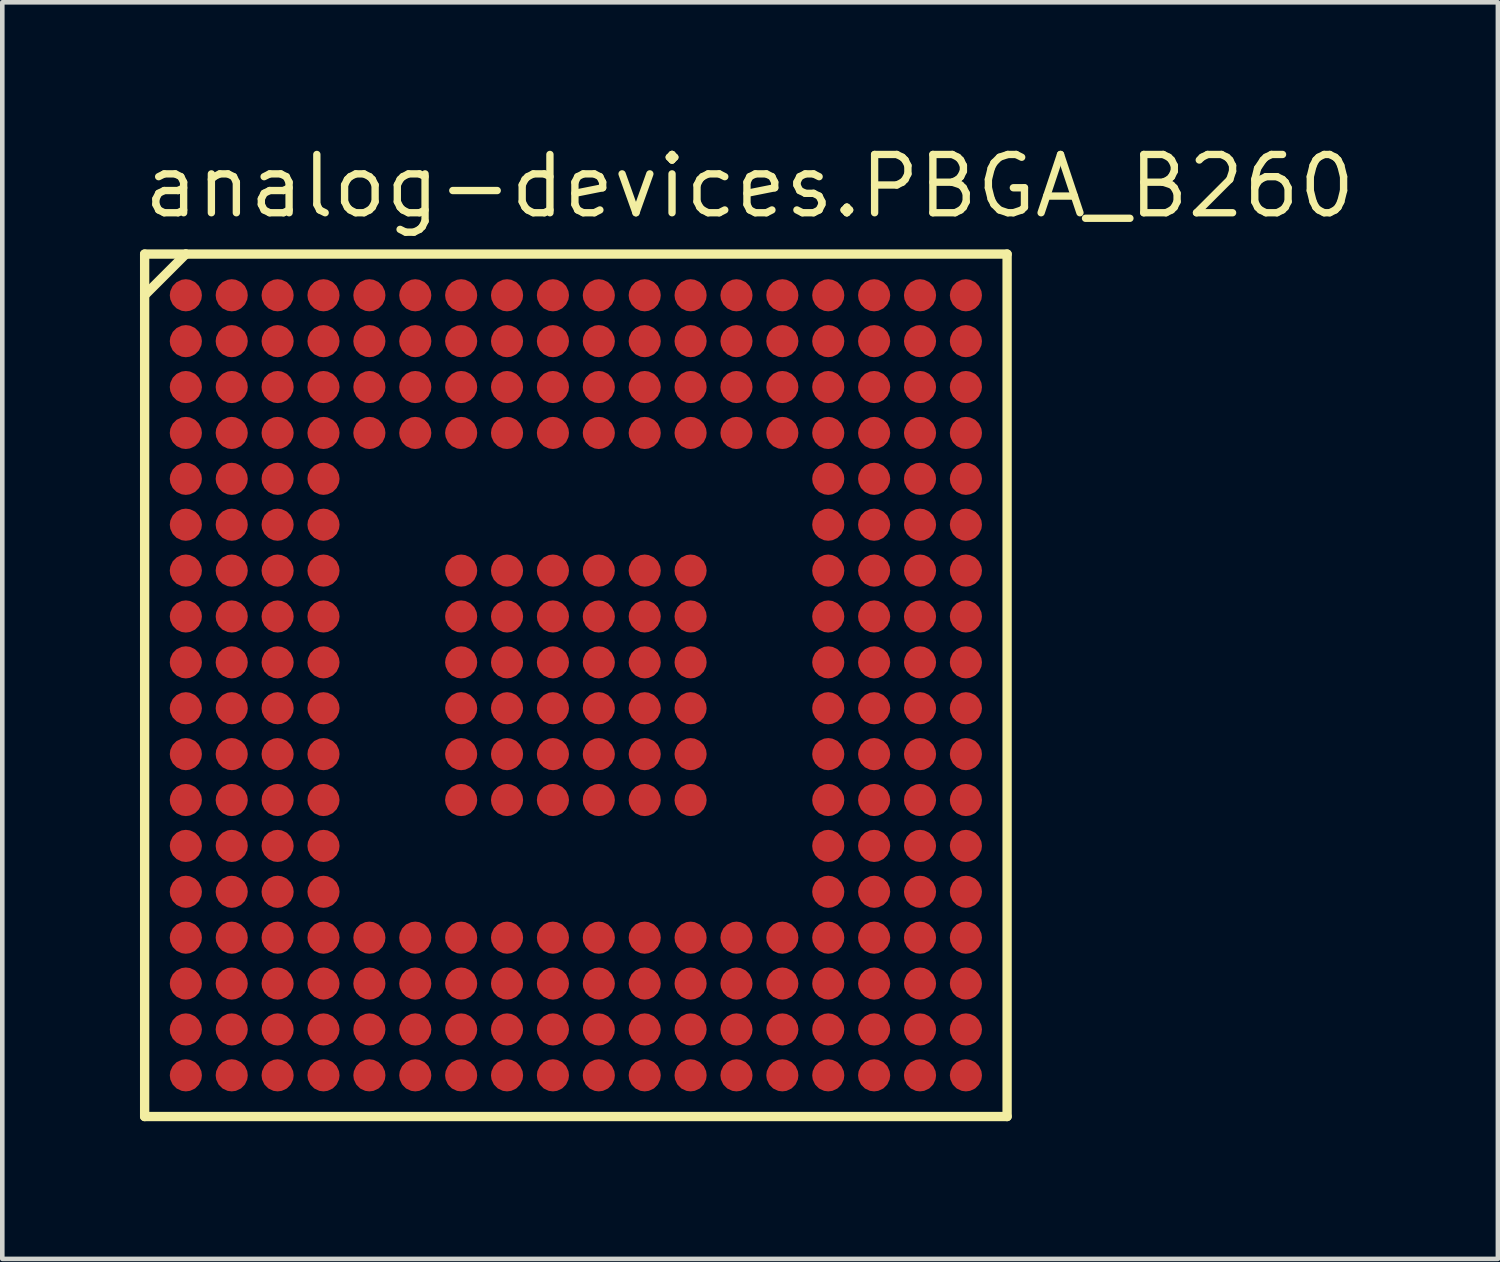
<source format=kicad_pcb>
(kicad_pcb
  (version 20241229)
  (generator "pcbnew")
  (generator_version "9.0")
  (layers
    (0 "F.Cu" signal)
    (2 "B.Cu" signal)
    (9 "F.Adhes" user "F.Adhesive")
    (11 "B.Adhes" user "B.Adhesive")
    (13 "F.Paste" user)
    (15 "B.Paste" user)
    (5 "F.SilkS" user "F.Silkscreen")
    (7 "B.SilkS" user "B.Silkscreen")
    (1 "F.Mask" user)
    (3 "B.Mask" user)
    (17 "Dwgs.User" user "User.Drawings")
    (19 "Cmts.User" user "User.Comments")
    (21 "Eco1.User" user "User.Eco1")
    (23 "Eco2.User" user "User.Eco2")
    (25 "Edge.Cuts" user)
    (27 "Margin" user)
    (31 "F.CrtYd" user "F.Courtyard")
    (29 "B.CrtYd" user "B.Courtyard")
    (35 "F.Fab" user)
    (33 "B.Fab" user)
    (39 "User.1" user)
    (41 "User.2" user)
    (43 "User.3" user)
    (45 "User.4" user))
  (footprint "analog-devices.PBGA_B260"
    (layer "F.Cu")
    (at 9.5 11.885)
    (property "Reference" "analog-devices.PBGA_B260" (at -9.5 -10.135 0) (layer "F.SilkS") (effects (font (size 1.27 1.27) (thickness 0.16)) (justify left bottom)))
    (attr smd)
    (fp_circle (center -8.5 -8.5) (end -8.2 -8.5) (stroke (width 0.1) (type default)) (fill no) (layer "F.Mask"))
    (fp_circle (center -8.5 -7.5) (end -8.2 -7.5) (stroke (width 0.1) (type default)) (fill no) (layer "F.Mask"))
    (fp_circle (center -8.5 -6.5) (end -8.2 -6.5) (stroke (width 0.1) (type default)) (fill no) (layer "F.Mask"))
    (fp_circle (center -8.5 -5.5) (end -8.2 -5.5) (stroke (width 0.1) (type default)) (fill no) (layer "F.Mask"))
    (fp_circle (center -8.5 -4.5) (end -8.2 -4.5) (stroke (width 0.1) (type default)) (fill no) (layer "F.Mask"))
    (fp_circle (center -8.5 -3.5) (end -8.2 -3.5) (stroke (width 0.1) (type default)) (fill no) (layer "F.Mask"))
    (fp_circle (center -8.5 -2.5) (end -8.2 -2.5) (stroke (width 0.1) (type default)) (fill no) (layer "F.Mask"))
    (fp_circle (center -8.5 -1.5) (end -8.2 -1.5) (stroke (width 0.1) (type default)) (fill no) (layer "F.Mask"))
    (fp_circle (center -8.5 -0.5) (end -8.2 -0.5) (stroke (width 0.1) (type default)) (fill no) (layer "F.Mask"))
    (fp_circle (center -8.5 0.5) (end -8.2 0.5) (stroke (width 0.1) (type default)) (fill no) (layer "F.Mask"))
    (fp_circle (center -8.5 1.5) (end -8.2 1.5) (stroke (width 0.1) (type default)) (fill no) (layer "F.Mask"))
    (fp_circle (center -8.5 2.5) (end -8.2 2.5) (stroke (width 0.1) (type default)) (fill no) (layer "F.Mask"))
    (fp_circle (center -8.5 3.5) (end -8.2 3.5) (stroke (width 0.1) (type default)) (fill no) (layer "F.Mask"))
    (fp_circle (center -8.5 4.5) (end -8.2 4.5) (stroke (width 0.1) (type default)) (fill no) (layer "F.Mask"))
    (fp_circle (center -8.5 5.5) (end -8.2 5.5) (stroke (width 0.1) (type default)) (fill no) (layer "F.Mask"))
    (fp_circle (center -8.5 6.5) (end -8.2 6.5) (stroke (width 0.1) (type default)) (fill no) (layer "F.Mask"))
    (fp_circle (center -8.5 7.5) (end -8.2 7.5) (stroke (width 0.1) (type default)) (fill no) (layer "F.Mask"))
    (fp_circle (center -8.5 8.5) (end -8.2 8.5) (stroke (width 0.1) (type default)) (fill no) (layer "F.Mask"))
    (fp_circle (center -7.5 -8.5) (end -7.2 -8.5) (stroke (width 0.1) (type default)) (fill no) (layer "F.Mask"))
    (fp_circle (center -7.5 -7.5) (end -7.2 -7.5) (stroke (width 0.1) (type default)) (fill no) (layer "F.Mask"))
    (fp_circle (center -7.5 -6.5) (end -7.2 -6.5) (stroke (width 0.1) (type default)) (fill no) (layer "F.Mask"))
    (fp_circle (center -7.5 -5.5) (end -7.2 -5.5) (stroke (width 0.1) (type default)) (fill no) (layer "F.Mask"))
    (fp_circle (center -7.5 -4.5) (end -7.2 -4.5) (stroke (width 0.1) (type default)) (fill no) (layer "F.Mask"))
    (fp_circle (center -7.5 -3.5) (end -7.2 -3.5) (stroke (width 0.1) (type default)) (fill no) (layer "F.Mask"))
    (fp_circle (center -7.5 -2.5) (end -7.2 -2.5) (stroke (width 0.1) (type default)) (fill no) (layer "F.Mask"))
    (fp_circle (center -7.5 -1.5) (end -7.2 -1.5) (stroke (width 0.1) (type default)) (fill no) (layer "F.Mask"))
    (fp_circle (center -7.5 -0.5) (end -7.2 -0.5) (stroke (width 0.1) (type default)) (fill no) (layer "F.Mask"))
    (fp_circle (center -7.5 0.5) (end -7.2 0.5) (stroke (width 0.1) (type default)) (fill no) (layer "F.Mask"))
    (fp_circle (center -7.5 1.5) (end -7.2 1.5) (stroke (width 0.1) (type default)) (fill no) (layer "F.Mask"))
    (fp_circle (center -7.5 2.5) (end -7.2 2.5) (stroke (width 0.1) (type default)) (fill no) (layer "F.Mask"))
    (fp_circle (center -7.5 3.5) (end -7.2 3.5) (stroke (width 0.1) (type default)) (fill no) (layer "F.Mask"))
    (fp_circle (center -7.5 4.5) (end -7.2 4.5) (stroke (width 0.1) (type default)) (fill no) (layer "F.Mask"))
    (fp_circle (center -7.5 5.5) (end -7.2 5.5) (stroke (width 0.1) (type default)) (fill no) (layer "F.Mask"))
    (fp_circle (center -7.5 6.5) (end -7.2 6.5) (stroke (width 0.1) (type default)) (fill no) (layer "F.Mask"))
    (fp_circle (center -7.5 7.5) (end -7.2 7.5) (stroke (width 0.1) (type default)) (fill no) (layer "F.Mask"))
    (fp_circle (center -7.5 8.5) (end -7.2 8.5) (stroke (width 0.1) (type default)) (fill no) (layer "F.Mask"))
    (fp_circle (center -6.5 -8.5) (end -6.2 -8.5) (stroke (width 0.1) (type default)) (fill no) (layer "F.Mask"))
    (fp_circle (center -6.5 -7.5) (end -6.2 -7.5) (stroke (width 0.1) (type default)) (fill no) (layer "F.Mask"))
    (fp_circle (center -6.5 -6.5) (end -6.2 -6.5) (stroke (width 0.1) (type default)) (fill no) (layer "F.Mask"))
    (fp_circle (center -6.5 -5.5) (end -6.2 -5.5) (stroke (width 0.1) (type default)) (fill no) (layer "F.Mask"))
    (fp_circle (center -6.5 -4.5) (end -6.2 -4.5) (stroke (width 0.1) (type default)) (fill no) (layer "F.Mask"))
    (fp_circle (center -6.5 -3.5) (end -6.2 -3.5) (stroke (width 0.1) (type default)) (fill no) (layer "F.Mask"))
    (fp_circle (center -6.5 -2.5) (end -6.2 -2.5) (stroke (width 0.1) (type default)) (fill no) (layer "F.Mask"))
    (fp_circle (center -6.5 -1.5) (end -6.2 -1.5) (stroke (width 0.1) (type default)) (fill no) (layer "F.Mask"))
    (fp_circle (center -6.5 -0.5) (end -6.2 -0.5) (stroke (width 0.1) (type default)) (fill no) (layer "F.Mask"))
    (fp_circle (center -6.5 0.5) (end -6.2 0.5) (stroke (width 0.1) (type default)) (fill no) (layer "F.Mask"))
    (fp_circle (center -6.5 1.5) (end -6.2 1.5) (stroke (width 0.1) (type default)) (fill no) (layer "F.Mask"))
    (fp_circle (center -6.5 2.5) (end -6.2 2.5) (stroke (width 0.1) (type default)) (fill no) (layer "F.Mask"))
    (fp_circle (center -6.5 3.5) (end -6.2 3.5) (stroke (width 0.1) (type default)) (fill no) (layer "F.Mask"))
    (fp_circle (center -6.5 4.5) (end -6.2 4.5) (stroke (width 0.1) (type default)) (fill no) (layer "F.Mask"))
    (fp_circle (center -6.5 5.5) (end -6.2 5.5) (stroke (width 0.1) (type default)) (fill no) (layer "F.Mask"))
    (fp_circle (center -6.5 6.5) (end -6.2 6.5) (stroke (width 0.1) (type default)) (fill no) (layer "F.Mask"))
    (fp_circle (center -6.5 7.5) (end -6.2 7.5) (stroke (width 0.1) (type default)) (fill no) (layer "F.Mask"))
    (fp_circle (center -6.5 8.5) (end -6.2 8.5) (stroke (width 0.1) (type default)) (fill no) (layer "F.Mask"))
    (fp_circle (center -5.5 -8.5) (end -5.2 -8.5) (stroke (width 0.1) (type default)) (fill no) (layer "F.Mask"))
    (fp_circle (center -5.5 -7.5) (end -5.2 -7.5) (stroke (width 0.1) (type default)) (fill no) (layer "F.Mask"))
    (fp_circle (center -5.5 -6.5) (end -5.2 -6.5) (stroke (width 0.1) (type default)) (fill no) (layer "F.Mask"))
    (fp_circle (center -5.5 -5.5) (end -5.2 -5.5) (stroke (width 0.1) (type default)) (fill no) (layer "F.Mask"))
    (fp_circle (center -5.5 -4.5) (end -5.2 -4.5) (stroke (width 0.1) (type default)) (fill no) (layer "F.Mask"))
    (fp_circle (center -5.5 -3.5) (end -5.2 -3.5) (stroke (width 0.1) (type default)) (fill no) (layer "F.Mask"))
    (fp_circle (center -5.5 -2.5) (end -5.2 -2.5) (stroke (width 0.1) (type default)) (fill no) (layer "F.Mask"))
    (fp_circle (center -5.5 -1.5) (end -5.2 -1.5) (stroke (width 0.1) (type default)) (fill no) (layer "F.Mask"))
    (fp_circle (center -5.5 -0.5) (end -5.2 -0.5) (stroke (width 0.1) (type default)) (fill no) (layer "F.Mask"))
    (fp_circle (center -5.5 0.5) (end -5.2 0.5) (stroke (width 0.1) (type default)) (fill no) (layer "F.Mask"))
    (fp_circle (center -5.5 1.5) (end -5.2 1.5) (stroke (width 0.1) (type default)) (fill no) (layer "F.Mask"))
    (fp_circle (center -5.5 2.5) (end -5.2 2.5) (stroke (width 0.1) (type default)) (fill no) (layer "F.Mask"))
    (fp_circle (center -5.5 3.5) (end -5.2 3.5) (stroke (width 0.1) (type default)) (fill no) (layer "F.Mask"))
    (fp_circle (center -5.5 4.5) (end -5.2 4.5) (stroke (width 0.1) (type default)) (fill no) (layer "F.Mask"))
    (fp_circle (center -5.5 5.5) (end -5.2 5.5) (stroke (width 0.1) (type default)) (fill no) (layer "F.Mask"))
    (fp_circle (center -5.5 6.5) (end -5.2 6.5) (stroke (width 0.1) (type default)) (fill no) (layer "F.Mask"))
    (fp_circle (center -5.5 7.5) (end -5.2 7.5) (stroke (width 0.1) (type default)) (fill no) (layer "F.Mask"))
    (fp_circle (center -5.5 8.5) (end -5.2 8.5) (stroke (width 0.1) (type default)) (fill no) (layer "F.Mask"))
    (fp_circle (center -4.5 -8.5) (end -4.2 -8.5) (stroke (width 0.1) (type default)) (fill no) (layer "F.Mask"))
    (fp_circle (center -4.5 -7.5) (end -4.2 -7.5) (stroke (width 0.1) (type default)) (fill no) (layer "F.Mask"))
    (fp_circle (center -4.5 -6.5) (end -4.2 -6.5) (stroke (width 0.1) (type default)) (fill no) (layer "F.Mask"))
    (fp_circle (center -4.5 -5.5) (end -4.2 -5.5) (stroke (width 0.1) (type default)) (fill no) (layer "F.Mask"))
    (fp_circle (center -4.5 5.5) (end -4.2 5.5) (stroke (width 0.1) (type default)) (fill no) (layer "F.Mask"))
    (fp_circle (center -4.5 6.5) (end -4.2 6.5) (stroke (width 0.1) (type default)) (fill no) (layer "F.Mask"))
    (fp_circle (center -4.5 7.5) (end -4.2 7.5) (stroke (width 0.1) (type default)) (fill no) (layer "F.Mask"))
    (fp_circle (center -4.5 8.5) (end -4.2 8.5) (stroke (width 0.1) (type default)) (fill no) (layer "F.Mask"))
    (fp_circle (center -3.5 -8.5) (end -3.2 -8.5) (stroke (width 0.1) (type default)) (fill no) (layer "F.Mask"))
    (fp_circle (center -3.5 -7.5) (end -3.2 -7.5) (stroke (width 0.1) (type default)) (fill no) (layer "F.Mask"))
    (fp_circle (center -3.5 -6.5) (end -3.2 -6.5) (stroke (width 0.1) (type default)) (fill no) (layer "F.Mask"))
    (fp_circle (center -3.5 -5.5) (end -3.2 -5.5) (stroke (width 0.1) (type default)) (fill no) (layer "F.Mask"))
    (fp_circle (center -3.5 5.5) (end -3.2 5.5) (stroke (width 0.1) (type default)) (fill no) (layer "F.Mask"))
    (fp_circle (center -3.5 6.5) (end -3.2 6.5) (stroke (width 0.1) (type default)) (fill no) (layer "F.Mask"))
    (fp_circle (center -3.5 7.5) (end -3.2 7.5) (stroke (width 0.1) (type default)) (fill no) (layer "F.Mask"))
    (fp_circle (center -3.5 8.5) (end -3.2 8.5) (stroke (width 0.1) (type default)) (fill no) (layer "F.Mask"))
    (fp_circle (center -2.5 -8.5) (end -2.2 -8.5) (stroke (width 0.1) (type default)) (fill no) (layer "F.Mask"))
    (fp_circle (center -2.5 -7.5) (end -2.2 -7.5) (stroke (width 0.1) (type default)) (fill no) (layer "F.Mask"))
    (fp_circle (center -2.5 -6.5) (end -2.2 -6.5) (stroke (width 0.1) (type default)) (fill no) (layer "F.Mask"))
    (fp_circle (center -2.5 -5.5) (end -2.2 -5.5) (stroke (width 0.1) (type default)) (fill no) (layer "F.Mask"))
    (fp_circle (center -2.5 -2.5) (end -2.2 -2.5) (stroke (width 0.1) (type default)) (fill no) (layer "F.Mask"))
    (fp_circle (center -2.5 -1.5) (end -2.2 -1.5) (stroke (width 0.1) (type default)) (fill no) (layer "F.Mask"))
    (fp_circle (center -2.5 -0.5) (end -2.2 -0.5) (stroke (width 0.1) (type default)) (fill no) (layer "F.Mask"))
    (fp_circle (center -2.5 0.5) (end -2.2 0.5) (stroke (width 0.1) (type default)) (fill no) (layer "F.Mask"))
    (fp_circle (center -2.5 1.5) (end -2.2 1.5) (stroke (width 0.1) (type default)) (fill no) (layer "F.Mask"))
    (fp_circle (center -2.5 2.5) (end -2.2 2.5) (stroke (width 0.1) (type default)) (fill no) (layer "F.Mask"))
    (fp_circle (center -2.5 5.5) (end -2.2 5.5) (stroke (width 0.1) (type default)) (fill no) (layer "F.Mask"))
    (fp_circle (center -2.5 6.5) (end -2.2 6.5) (stroke (width 0.1) (type default)) (fill no) (layer "F.Mask"))
    (fp_circle (center -2.5 7.5) (end -2.2 7.5) (stroke (width 0.1) (type default)) (fill no) (layer "F.Mask"))
    (fp_circle (center -2.5 8.5) (end -2.2 8.5) (stroke (width 0.1) (type default)) (fill no) (layer "F.Mask"))
    (fp_circle (center -1.5 -8.5) (end -1.2 -8.5) (stroke (width 0.1) (type default)) (fill no) (layer "F.Mask"))
    (fp_circle (center -1.5 -7.5) (end -1.2 -7.5) (stroke (width 0.1) (type default)) (fill no) (layer "F.Mask"))
    (fp_circle (center -1.5 -6.5) (end -1.2 -6.5) (stroke (width 0.1) (type default)) (fill no) (layer "F.Mask"))
    (fp_circle (center -1.5 -5.5) (end -1.2 -5.5) (stroke (width 0.1) (type default)) (fill no) (layer "F.Mask"))
    (fp_circle (center -1.5 -2.5) (end -1.2 -2.5) (stroke (width 0.1) (type default)) (fill no) (layer "F.Mask"))
    (fp_circle (center -1.5 -1.5) (end -1.2 -1.5) (stroke (width 0.1) (type default)) (fill no) (layer "F.Mask"))
    (fp_circle (center -1.5 -0.5) (end -1.2 -0.5) (stroke (width 0.1) (type default)) (fill no) (layer "F.Mask"))
    (fp_circle (center -1.5 0.5) (end -1.2 0.5) (stroke (width 0.1) (type default)) (fill no) (layer "F.Mask"))
    (fp_circle (center -1.5 1.5) (end -1.2 1.5) (stroke (width 0.1) (type default)) (fill no) (layer "F.Mask"))
    (fp_circle (center -1.5 2.5) (end -1.2 2.5) (stroke (width 0.1) (type default)) (fill no) (layer "F.Mask"))
    (fp_circle (center -1.5 5.5) (end -1.2 5.5) (stroke (width 0.1) (type default)) (fill no) (layer "F.Mask"))
    (fp_circle (center -1.5 6.5) (end -1.2 6.5) (stroke (width 0.1) (type default)) (fill no) (layer "F.Mask"))
    (fp_circle (center -1.5 7.5) (end -1.2 7.5) (stroke (width 0.1) (type default)) (fill no) (layer "F.Mask"))
    (fp_circle (center -1.5 8.5) (end -1.2 8.5) (stroke (width 0.1) (type default)) (fill no) (layer "F.Mask"))
    (fp_circle (center -0.5 -8.5) (end -0.2 -8.5) (stroke (width 0.1) (type default)) (fill no) (layer "F.Mask"))
    (fp_circle (center -0.5 -7.5) (end -0.2 -7.5) (stroke (width 0.1) (type default)) (fill no) (layer "F.Mask"))
    (fp_circle (center -0.5 -6.5) (end -0.2 -6.5) (stroke (width 0.1) (type default)) (fill no) (layer "F.Mask"))
    (fp_circle (center -0.5 -5.5) (end -0.2 -5.5) (stroke (width 0.1) (type default)) (fill no) (layer "F.Mask"))
    (fp_circle (center -0.5 -2.5) (end -0.2 -2.5) (stroke (width 0.1) (type default)) (fill no) (layer "F.Mask"))
    (fp_circle (center -0.5 -1.5) (end -0.2 -1.5) (stroke (width 0.1) (type default)) (fill no) (layer "F.Mask"))
    (fp_circle (center -0.5 -0.5) (end -0.2 -0.5) (stroke (width 0.1) (type default)) (fill no) (layer "F.Mask"))
    (fp_circle (center -0.5 0.5) (end -0.2 0.5) (stroke (width 0.1) (type default)) (fill no) (layer "F.Mask"))
    (fp_circle (center -0.5 1.5) (end -0.2 1.5) (stroke (width 0.1) (type default)) (fill no) (layer "F.Mask"))
    (fp_circle (center -0.5 2.5) (end -0.2 2.5) (stroke (width 0.1) (type default)) (fill no) (layer "F.Mask"))
    (fp_circle (center -0.5 5.5) (end -0.2 5.5) (stroke (width 0.1) (type default)) (fill no) (layer "F.Mask"))
    (fp_circle (center -0.5 6.5) (end -0.2 6.5) (stroke (width 0.1) (type default)) (fill no) (layer "F.Mask"))
    (fp_circle (center -0.5 7.5) (end -0.2 7.5) (stroke (width 0.1) (type default)) (fill no) (layer "F.Mask"))
    (fp_circle (center -0.5 8.5) (end -0.2 8.5) (stroke (width 0.1) (type default)) (fill no) (layer "F.Mask"))
    (fp_circle (center 0.5 -8.5) (end 0.8 -8.5) (stroke (width 0.1) (type default)) (fill no) (layer "F.Mask"))
    (fp_circle (center 0.5 -7.5) (end 0.8 -7.5) (stroke (width 0.1) (type default)) (fill no) (layer "F.Mask"))
    (fp_circle (center 0.5 -6.5) (end 0.8 -6.5) (stroke (width 0.1) (type default)) (fill no) (layer "F.Mask"))
    (fp_circle (center 0.5 -5.5) (end 0.8 -5.5) (stroke (width 0.1) (type default)) (fill no) (layer "F.Mask"))
    (fp_circle (center 0.5 -2.5) (end 0.8 -2.5) (stroke (width 0.1) (type default)) (fill no) (layer "F.Mask"))
    (fp_circle (center 0.5 -1.5) (end 0.8 -1.5) (stroke (width 0.1) (type default)) (fill no) (layer "F.Mask"))
    (fp_circle (center 0.5 -0.5) (end 0.8 -0.5) (stroke (width 0.1) (type default)) (fill no) (layer "F.Mask"))
    (fp_circle (center 0.5 0.5) (end 0.8 0.5) (stroke (width 0.1) (type default)) (fill no) (layer "F.Mask"))
    (fp_circle (center 0.5 1.5) (end 0.8 1.5) (stroke (width 0.1) (type default)) (fill no) (layer "F.Mask"))
    (fp_circle (center 0.5 2.5) (end 0.8 2.5) (stroke (width 0.1) (type default)) (fill no) (layer "F.Mask"))
    (fp_circle (center 0.5 5.5) (end 0.8 5.5) (stroke (width 0.1) (type default)) (fill no) (layer "F.Mask"))
    (fp_circle (center 0.5 6.5) (end 0.8 6.5) (stroke (width 0.1) (type default)) (fill no) (layer "F.Mask"))
    (fp_circle (center 0.5 7.5) (end 0.8 7.5) (stroke (width 0.1) (type default)) (fill no) (layer "F.Mask"))
    (fp_circle (center 0.5 8.5) (end 0.8 8.5) (stroke (width 0.1) (type default)) (fill no) (layer "F.Mask"))
    (fp_circle (center 1.5 -8.5) (end 1.8 -8.5) (stroke (width 0.1) (type default)) (fill no) (layer "F.Mask"))
    (fp_circle (center 1.5 -7.5) (end 1.8 -7.5) (stroke (width 0.1) (type default)) (fill no) (layer "F.Mask"))
    (fp_circle (center 1.5 -6.5) (end 1.8 -6.5) (stroke (width 0.1) (type default)) (fill no) (layer "F.Mask"))
    (fp_circle (center 1.5 -5.5) (end 1.8 -5.5) (stroke (width 0.1) (type default)) (fill no) (layer "F.Mask"))
    (fp_circle (center 1.5 -2.5) (end 1.8 -2.5) (stroke (width 0.1) (type default)) (fill no) (layer "F.Mask"))
    (fp_circle (center 1.5 -1.5) (end 1.8 -1.5) (stroke (width 0.1) (type default)) (fill no) (layer "F.Mask"))
    (fp_circle (center 1.5 -0.5) (end 1.8 -0.5) (stroke (width 0.1) (type default)) (fill no) (layer "F.Mask"))
    (fp_circle (center 1.5 0.5) (end 1.8 0.5) (stroke (width 0.1) (type default)) (fill no) (layer "F.Mask"))
    (fp_circle (center 1.5 1.5) (end 1.8 1.5) (stroke (width 0.1) (type default)) (fill no) (layer "F.Mask"))
    (fp_circle (center 1.5 2.5) (end 1.8 2.5) (stroke (width 0.1) (type default)) (fill no) (layer "F.Mask"))
    (fp_circle (center 1.5 5.5) (end 1.8 5.5) (stroke (width 0.1) (type default)) (fill no) (layer "F.Mask"))
    (fp_circle (center 1.5 6.5) (end 1.8 6.5) (stroke (width 0.1) (type default)) (fill no) (layer "F.Mask"))
    (fp_circle (center 1.5 7.5) (end 1.8 7.5) (stroke (width 0.1) (type default)) (fill no) (layer "F.Mask"))
    (fp_circle (center 1.5 8.5) (end 1.8 8.5) (stroke (width 0.1) (type default)) (fill no) (layer "F.Mask"))
    (fp_circle (center 2.5 -8.5) (end 2.8 -8.5) (stroke (width 0.1) (type default)) (fill no) (layer "F.Mask"))
    (fp_circle (center 2.5 -7.5) (end 2.8 -7.5) (stroke (width 0.1) (type default)) (fill no) (layer "F.Mask"))
    (fp_circle (center 2.5 -6.5) (end 2.8 -6.5) (stroke (width 0.1) (type default)) (fill no) (layer "F.Mask"))
    (fp_circle (center 2.5 -5.5) (end 2.8 -5.5) (stroke (width 0.1) (type default)) (fill no) (layer "F.Mask"))
    (fp_circle (center 2.5 -2.5) (end 2.8 -2.5) (stroke (width 0.1) (type default)) (fill no) (layer "F.Mask"))
    (fp_circle (center 2.5 -1.5) (end 2.8 -1.5) (stroke (width 0.1) (type default)) (fill no) (layer "F.Mask"))
    (fp_circle (center 2.5 -0.5) (end 2.8 -0.5) (stroke (width 0.1) (type default)) (fill no) (layer "F.Mask"))
    (fp_circle (center 2.5 0.5) (end 2.8 0.5) (stroke (width 0.1) (type default)) (fill no) (layer "F.Mask"))
    (fp_circle (center 2.5 1.5) (end 2.8 1.5) (stroke (width 0.1) (type default)) (fill no) (layer "F.Mask"))
    (fp_circle (center 2.5 2.5) (end 2.8 2.5) (stroke (width 0.1) (type default)) (fill no) (layer "F.Mask"))
    (fp_circle (center 2.5 5.5) (end 2.8 5.5) (stroke (width 0.1) (type default)) (fill no) (layer "F.Mask"))
    (fp_circle (center 2.5 6.5) (end 2.8 6.5) (stroke (width 0.1) (type default)) (fill no) (layer "F.Mask"))
    (fp_circle (center 2.5 7.5) (end 2.8 7.5) (stroke (width 0.1) (type default)) (fill no) (layer "F.Mask"))
    (fp_circle (center 2.5 8.5) (end 2.8 8.5) (stroke (width 0.1) (type default)) (fill no) (layer "F.Mask"))
    (fp_circle (center 3.5 -8.5) (end 3.8 -8.5) (stroke (width 0.1) (type default)) (fill no) (layer "F.Mask"))
    (fp_circle (center 3.5 -7.5) (end 3.8 -7.5) (stroke (width 0.1) (type default)) (fill no) (layer "F.Mask"))
    (fp_circle (center 3.5 -6.5) (end 3.8 -6.5) (stroke (width 0.1) (type default)) (fill no) (layer "F.Mask"))
    (fp_circle (center 3.5 -5.5) (end 3.8 -5.5) (stroke (width 0.1) (type default)) (fill no) (layer "F.Mask"))
    (fp_circle (center 3.5 5.5) (end 3.8 5.5) (stroke (width 0.1) (type default)) (fill no) (layer "F.Mask"))
    (fp_circle (center 3.5 6.5) (end 3.8 6.5) (stroke (width 0.1) (type default)) (fill no) (layer "F.Mask"))
    (fp_circle (center 3.5 7.5) (end 3.8 7.5) (stroke (width 0.1) (type default)) (fill no) (layer "F.Mask"))
    (fp_circle (center 3.5 8.5) (end 3.8 8.5) (stroke (width 0.1) (type default)) (fill no) (layer "F.Mask"))
    (fp_circle (center 4.5 -8.5) (end 4.8 -8.5) (stroke (width 0.1) (type default)) (fill no) (layer "F.Mask"))
    (fp_circle (center 4.5 -7.5) (end 4.8 -7.5) (stroke (width 0.1) (type default)) (fill no) (layer "F.Mask"))
    (fp_circle (center 4.5 -6.5) (end 4.8 -6.5) (stroke (width 0.1) (type default)) (fill no) (layer "F.Mask"))
    (fp_circle (center 4.5 -5.5) (end 4.8 -5.5) (stroke (width 0.1) (type default)) (fill no) (layer "F.Mask"))
    (fp_circle (center 4.5 5.5) (end 4.8 5.5) (stroke (width 0.1) (type default)) (fill no) (layer "F.Mask"))
    (fp_circle (center 4.5 6.5) (end 4.8 6.5) (stroke (width 0.1) (type default)) (fill no) (layer "F.Mask"))
    (fp_circle (center 4.5 7.5) (end 4.8 7.5) (stroke (width 0.1) (type default)) (fill no) (layer "F.Mask"))
    (fp_circle (center 4.5 8.5) (end 4.8 8.5) (stroke (width 0.1) (type default)) (fill no) (layer "F.Mask"))
    (fp_circle (center 5.5 -8.5) (end 5.8 -8.5) (stroke (width 0.1) (type default)) (fill no) (layer "F.Mask"))
    (fp_circle (center 5.5 -7.5) (end 5.8 -7.5) (stroke (width 0.1) (type default)) (fill no) (layer "F.Mask"))
    (fp_circle (center 5.5 -6.5) (end 5.8 -6.5) (stroke (width 0.1) (type default)) (fill no) (layer "F.Mask"))
    (fp_circle (center 5.5 -5.5) (end 5.8 -5.5) (stroke (width 0.1) (type default)) (fill no) (layer "F.Mask"))
    (fp_circle (center 5.5 -4.5) (end 5.8 -4.5) (stroke (width 0.1) (type default)) (fill no) (layer "F.Mask"))
    (fp_circle (center 5.5 -3.5) (end 5.8 -3.5) (stroke (width 0.1) (type default)) (fill no) (layer "F.Mask"))
    (fp_circle (center 5.5 -2.5) (end 5.8 -2.5) (stroke (width 0.1) (type default)) (fill no) (layer "F.Mask"))
    (fp_circle (center 5.5 -1.5) (end 5.8 -1.5) (stroke (width 0.1) (type default)) (fill no) (layer "F.Mask"))
    (fp_circle (center 5.5 -0.5) (end 5.8 -0.5) (stroke (width 0.1) (type default)) (fill no) (layer "F.Mask"))
    (fp_circle (center 5.5 0.5) (end 5.8 0.5) (stroke (width 0.1) (type default)) (fill no) (layer "F.Mask"))
    (fp_circle (center 5.5 1.5) (end 5.8 1.5) (stroke (width 0.1) (type default)) (fill no) (layer "F.Mask"))
    (fp_circle (center 5.5 2.5) (end 5.8 2.5) (stroke (width 0.1) (type default)) (fill no) (layer "F.Mask"))
    (fp_circle (center 5.5 3.5) (end 5.8 3.5) (stroke (width 0.1) (type default)) (fill no) (layer "F.Mask"))
    (fp_circle (center 5.5 4.5) (end 5.8 4.5) (stroke (width 0.1) (type default)) (fill no) (layer "F.Mask"))
    (fp_circle (center 5.5 5.5) (end 5.8 5.5) (stroke (width 0.1) (type default)) (fill no) (layer "F.Mask"))
    (fp_circle (center 5.5 6.5) (end 5.8 6.5) (stroke (width 0.1) (type default)) (fill no) (layer "F.Mask"))
    (fp_circle (center 5.5 7.5) (end 5.8 7.5) (stroke (width 0.1) (type default)) (fill no) (layer "F.Mask"))
    (fp_circle (center 5.5 8.5) (end 5.8 8.5) (stroke (width 0.1) (type default)) (fill no) (layer "F.Mask"))
    (fp_circle (center 6.5 -8.5) (end 6.8 -8.5) (stroke (width 0.1) (type default)) (fill no) (layer "F.Mask"))
    (fp_circle (center 6.5 -7.5) (end 6.8 -7.5) (stroke (width 0.1) (type default)) (fill no) (layer "F.Mask"))
    (fp_circle (center 6.5 -6.5) (end 6.8 -6.5) (stroke (width 0.1) (type default)) (fill no) (layer "F.Mask"))
    (fp_circle (center 6.5 -5.5) (end 6.8 -5.5) (stroke (width 0.1) (type default)) (fill no) (layer "F.Mask"))
    (fp_circle (center 6.5 -4.5) (end 6.8 -4.5) (stroke (width 0.1) (type default)) (fill no) (layer "F.Mask"))
    (fp_circle (center 6.5 -3.5) (end 6.8 -3.5) (stroke (width 0.1) (type default)) (fill no) (layer "F.Mask"))
    (fp_circle (center 6.5 -2.5) (end 6.8 -2.5) (stroke (width 0.1) (type default)) (fill no) (layer "F.Mask"))
    (fp_circle (center 6.5 -1.5) (end 6.8 -1.5) (stroke (width 0.1) (type default)) (fill no) (layer "F.Mask"))
    (fp_circle (center 6.5 -0.5) (end 6.8 -0.5) (stroke (width 0.1) (type default)) (fill no) (layer "F.Mask"))
    (fp_circle (center 6.5 0.5) (end 6.8 0.5) (stroke (width 0.1) (type default)) (fill no) (layer "F.Mask"))
    (fp_circle (center 6.5 1.5) (end 6.8 1.5) (stroke (width 0.1) (type default)) (fill no) (layer "F.Mask"))
    (fp_circle (center 6.5 2.5) (end 6.8 2.5) (stroke (width 0.1) (type default)) (fill no) (layer "F.Mask"))
    (fp_circle (center 6.5 3.5) (end 6.8 3.5) (stroke (width 0.1) (type default)) (fill no) (layer "F.Mask"))
    (fp_circle (center 6.5 4.5) (end 6.8 4.5) (stroke (width 0.1) (type default)) (fill no) (layer "F.Mask"))
    (fp_circle (center 6.5 5.5) (end 6.8 5.5) (stroke (width 0.1) (type default)) (fill no) (layer "F.Mask"))
    (fp_circle (center 6.5 6.5) (end 6.8 6.5) (stroke (width 0.1) (type default)) (fill no) (layer "F.Mask"))
    (fp_circle (center 6.5 7.5) (end 6.8 7.5) (stroke (width 0.1) (type default)) (fill no) (layer "F.Mask"))
    (fp_circle (center 6.5 8.5) (end 6.8 8.5) (stroke (width 0.1) (type default)) (fill no) (layer "F.Mask"))
    (fp_circle (center 7.5 -8.5) (end 7.8 -8.5) (stroke (width 0.1) (type default)) (fill no) (layer "F.Mask"))
    (fp_circle (center 7.5 -7.5) (end 7.8 -7.5) (stroke (width 0.1) (type default)) (fill no) (layer "F.Mask"))
    (fp_circle (center 7.5 -6.5) (end 7.8 -6.5) (stroke (width 0.1) (type default)) (fill no) (layer "F.Mask"))
    (fp_circle (center 7.5 -5.5) (end 7.8 -5.5) (stroke (width 0.1) (type default)) (fill no) (layer "F.Mask"))
    (fp_circle (center 7.5 -4.5) (end 7.8 -4.5) (stroke (width 0.1) (type default)) (fill no) (layer "F.Mask"))
    (fp_circle (center 7.5 -3.5) (end 7.8 -3.5) (stroke (width 0.1) (type default)) (fill no) (layer "F.Mask"))
    (fp_circle (center 7.5 -2.5) (end 7.8 -2.5) (stroke (width 0.1) (type default)) (fill no) (layer "F.Mask"))
    (fp_circle (center 7.5 -1.5) (end 7.8 -1.5) (stroke (width 0.1) (type default)) (fill no) (layer "F.Mask"))
    (fp_circle (center 7.5 -0.5) (end 7.8 -0.5) (stroke (width 0.1) (type default)) (fill no) (layer "F.Mask"))
    (fp_circle (center 7.5 0.5) (end 7.8 0.5) (stroke (width 0.1) (type default)) (fill no) (layer "F.Mask"))
    (fp_circle (center 7.5 1.5) (end 7.8 1.5) (stroke (width 0.1) (type default)) (fill no) (layer "F.Mask"))
    (fp_circle (center 7.5 2.5) (end 7.8 2.5) (stroke (width 0.1) (type default)) (fill no) (layer "F.Mask"))
    (fp_circle (center 7.5 3.5) (end 7.8 3.5) (stroke (width 0.1) (type default)) (fill no) (layer "F.Mask"))
    (fp_circle (center 7.5 4.5) (end 7.8 4.5) (stroke (width 0.1) (type default)) (fill no) (layer "F.Mask"))
    (fp_circle (center 7.5 5.5) (end 7.8 5.5) (stroke (width 0.1) (type default)) (fill no) (layer "F.Mask"))
    (fp_circle (center 7.5 6.5) (end 7.8 6.5) (stroke (width 0.1) (type default)) (fill no) (layer "F.Mask"))
    (fp_circle (center 7.5 7.5) (end 7.8 7.5) (stroke (width 0.1) (type default)) (fill no) (layer "F.Mask"))
    (fp_circle (center 7.5 8.5) (end 7.8 8.5) (stroke (width 0.1) (type default)) (fill no) (layer "F.Mask"))
    (fp_circle (center 8.5 -8.5) (end 8.8 -8.5) (stroke (width 0.1) (type default)) (fill no) (layer "F.Mask"))
    (fp_circle (center 8.5 -7.5) (end 8.8 -7.5) (stroke (width 0.1) (type default)) (fill no) (layer "F.Mask"))
    (fp_circle (center 8.5 -6.5) (end 8.8 -6.5) (stroke (width 0.1) (type default)) (fill no) (layer "F.Mask"))
    (fp_circle (center 8.5 -5.5) (end 8.8 -5.5) (stroke (width 0.1) (type default)) (fill no) (layer "F.Mask"))
    (fp_circle (center 8.5 -4.5) (end 8.8 -4.5) (stroke (width 0.1) (type default)) (fill no) (layer "F.Mask"))
    (fp_circle (center 8.5 -3.5) (end 8.8 -3.5) (stroke (width 0.1) (type default)) (fill no) (layer "F.Mask"))
    (fp_circle (center 8.5 -2.5) (end 8.8 -2.5) (stroke (width 0.1) (type default)) (fill no) (layer "F.Mask"))
    (fp_circle (center 8.5 -1.5) (end 8.8 -1.5) (stroke (width 0.1) (type default)) (fill no) (layer "F.Mask"))
    (fp_circle (center 8.5 -0.5) (end 8.8 -0.5) (stroke (width 0.1) (type default)) (fill no) (layer "F.Mask"))
    (fp_circle (center 8.5 0.5) (end 8.8 0.5) (stroke (width 0.1) (type default)) (fill no) (layer "F.Mask"))
    (fp_circle (center 8.5 1.5) (end 8.8 1.5) (stroke (width 0.1) (type default)) (fill no) (layer "F.Mask"))
    (fp_circle (center 8.5 2.5) (end 8.8 2.5) (stroke (width 0.1) (type default)) (fill no) (layer "F.Mask"))
    (fp_circle (center 8.5 3.5) (end 8.8 3.5) (stroke (width 0.1) (type default)) (fill no) (layer "F.Mask"))
    (fp_circle (center 8.5 4.5) (end 8.8 4.5) (stroke (width 0.1) (type default)) (fill no) (layer "F.Mask"))
    (fp_circle (center 8.5 5.5) (end 8.8 5.5) (stroke (width 0.1) (type default)) (fill no) (layer "F.Mask"))
    (fp_circle (center 8.5 6.5) (end 8.8 6.5) (stroke (width 0.1) (type default)) (fill no) (layer "F.Mask"))
    (fp_circle (center 8.5 7.5) (end 8.8 7.5) (stroke (width 0.1) (type default)) (fill no) (layer "F.Mask"))
    (fp_circle (center 8.5 8.5) (end 8.8 8.5) (stroke (width 0.1) (type default)) (fill no) (layer "F.Mask"))
    (fp_line (start -9.398 -9.398) (end -9.398 -8.5) (stroke (width 0.203) (type default)) (layer "F.SilkS"))
    (fp_line (start -9.398 -8.5) (end -9.398 9.398) (stroke (width 0.203) (type default)) (layer "F.SilkS"))
    (fp_line (start -9.398 -8.5) (end -8.5 -9.398) (stroke (width 0.203) (type default)) (layer "F.SilkS"))
    (fp_line (start -9.398 9.398) (end 9.398 9.398) (stroke (width 0.203) (type default)) (layer "F.SilkS"))
    (fp_line (start -8.5 -9.398) (end -9.398 -9.398) (stroke (width 0.203) (type default)) (layer "F.SilkS"))
    (fp_line (start 9.398 -9.398) (end -8.5 -9.398) (stroke (width 0.203) (type default)) (layer "F.SilkS"))
    (fp_line (start 9.398 9.398) (end 9.398 -9.398) (stroke (width 0.203) (type default)) (layer "F.SilkS"))
    (pad "A1" smd roundrect (at -8.5 -8.5) (size 0.7 0.7) (layers "F.Cu" "F.Mask" "F.Paste") (roundrect_rratio 0.5))
    (pad "A2" smd roundrect (at -7.5 -8.5) (size 0.7 0.7) (layers "F.Cu" "F.Mask" "F.Paste") (roundrect_rratio 0.5))
    (pad "A3" smd roundrect (at -6.5 -8.5) (size 0.7 0.7) (layers "F.Cu" "F.Mask" "F.Paste") (roundrect_rratio 0.5))
    (pad "A4" smd roundrect (at -5.5 -8.5) (size 0.7 0.7) (layers "F.Cu" "F.Mask" "F.Paste") (roundrect_rratio 0.5))
    (pad "A5" smd roundrect (at -4.5 -8.5) (size 0.7 0.7) (layers "F.Cu" "F.Mask" "F.Paste") (roundrect_rratio 0.5))
    (pad "A6" smd roundrect (at -3.5 -8.5) (size 0.7 0.7) (layers "F.Cu" "F.Mask" "F.Paste") (roundrect_rratio 0.5))
    (pad "A7" smd roundrect (at -2.5 -8.5) (size 0.7 0.7) (layers "F.Cu" "F.Mask" "F.Paste") (roundrect_rratio 0.5))
    (pad "A8" smd roundrect (at -1.5 -8.5) (size 0.7 0.7) (layers "F.Cu" "F.Mask" "F.Paste") (roundrect_rratio 0.5))
    (pad "A9" smd roundrect (at -0.5 -8.5) (size 0.7 0.7) (layers "F.Cu" "F.Mask" "F.Paste") (roundrect_rratio 0.5))
    (pad "A10" smd roundrect (at 0.5 -8.5) (size 0.7 0.7) (layers "F.Cu" "F.Mask" "F.Paste") (roundrect_rratio 0.5))
    (pad "A11" smd roundrect (at 1.5 -8.5) (size 0.7 0.7) (layers "F.Cu" "F.Mask" "F.Paste") (roundrect_rratio 0.5))
    (pad "A12" smd roundrect (at 2.5 -8.5) (size 0.7 0.7) (layers "F.Cu" "F.Mask" "F.Paste") (roundrect_rratio 0.5))
    (pad "A13" smd roundrect (at 3.5 -8.5) (size 0.7 0.7) (layers "F.Cu" "F.Mask" "F.Paste") (roundrect_rratio 0.5))
    (pad "A14" smd roundrect (at 4.5 -8.5) (size 0.7 0.7) (layers "F.Cu" "F.Mask" "F.Paste") (roundrect_rratio 0.5))
    (pad "A15" smd roundrect (at 5.5 -8.5) (size 0.7 0.7) (layers "F.Cu" "F.Mask" "F.Paste") (roundrect_rratio 0.5))
    (pad "A16" smd roundrect (at 6.5 -8.5) (size 0.7 0.7) (layers "F.Cu" "F.Mask" "F.Paste") (roundrect_rratio 0.5))
    (pad "A17" smd roundrect (at 7.5 -8.5) (size 0.7 0.7) (layers "F.Cu" "F.Mask" "F.Paste") (roundrect_rratio 0.5))
    (pad "A18" smd roundrect (at 8.5 -8.5) (size 0.7 0.7) (layers "F.Cu" "F.Mask" "F.Paste") (roundrect_rratio 0.5))
    (pad "B1" smd roundrect (at -8.5 -7.5) (size 0.7 0.7) (layers "F.Cu" "F.Mask" "F.Paste") (roundrect_rratio 0.5))
    (pad "B2" smd roundrect (at -7.5 -7.5) (size 0.7 0.7) (layers "F.Cu" "F.Mask" "F.Paste") (roundrect_rratio 0.5))
    (pad "B3" smd roundrect (at -6.5 -7.5) (size 0.7 0.7) (layers "F.Cu" "F.Mask" "F.Paste") (roundrect_rratio 0.5))
    (pad "B4" smd roundrect (at -5.5 -7.5) (size 0.7 0.7) (layers "F.Cu" "F.Mask" "F.Paste") (roundrect_rratio 0.5))
    (pad "B5" smd roundrect (at -4.5 -7.5) (size 0.7 0.7) (layers "F.Cu" "F.Mask" "F.Paste") (roundrect_rratio 0.5))
    (pad "B6" smd roundrect (at -3.5 -7.5) (size 0.7 0.7) (layers "F.Cu" "F.Mask" "F.Paste") (roundrect_rratio 0.5))
    (pad "B7" smd roundrect (at -2.5 -7.5) (size 0.7 0.7) (layers "F.Cu" "F.Mask" "F.Paste") (roundrect_rratio 0.5))
    (pad "B8" smd roundrect (at -1.5 -7.5) (size 0.7 0.7) (layers "F.Cu" "F.Mask" "F.Paste") (roundrect_rratio 0.5))
    (pad "B9" smd roundrect (at -0.5 -7.5) (size 0.7 0.7) (layers "F.Cu" "F.Mask" "F.Paste") (roundrect_rratio 0.5))
    (pad "B10" smd roundrect (at 0.5 -7.5) (size 0.7 0.7) (layers "F.Cu" "F.Mask" "F.Paste") (roundrect_rratio 0.5))
    (pad "B11" smd roundrect (at 1.5 -7.5) (size 0.7 0.7) (layers "F.Cu" "F.Mask" "F.Paste") (roundrect_rratio 0.5))
    (pad "B12" smd roundrect (at 2.5 -7.5) (size 0.7 0.7) (layers "F.Cu" "F.Mask" "F.Paste") (roundrect_rratio 0.5))
    (pad "B13" smd roundrect (at 3.5 -7.5) (size 0.7 0.7) (layers "F.Cu" "F.Mask" "F.Paste") (roundrect_rratio 0.5))
    (pad "B14" smd roundrect (at 4.5 -7.5) (size 0.7 0.7) (layers "F.Cu" "F.Mask" "F.Paste") (roundrect_rratio 0.5))
    (pad "B15" smd roundrect (at 5.5 -7.5) (size 0.7 0.7) (layers "F.Cu" "F.Mask" "F.Paste") (roundrect_rratio 0.5))
    (pad "B16" smd roundrect (at 6.5 -7.5) (size 0.7 0.7) (layers "F.Cu" "F.Mask" "F.Paste") (roundrect_rratio 0.5))
    (pad "B17" smd roundrect (at 7.5 -7.5) (size 0.7 0.7) (layers "F.Cu" "F.Mask" "F.Paste") (roundrect_rratio 0.5))
    (pad "B18" smd roundrect (at 8.5 -7.5) (size 0.7 0.7) (layers "F.Cu" "F.Mask" "F.Paste") (roundrect_rratio 0.5))
    (pad "C1" smd roundrect (at -8.5 -6.5) (size 0.7 0.7) (layers "F.Cu" "F.Mask" "F.Paste") (roundrect_rratio 0.5))
    (pad "C2" smd roundrect (at -7.5 -6.5) (size 0.7 0.7) (layers "F.Cu" "F.Mask" "F.Paste") (roundrect_rratio 0.5))
    (pad "C3" smd roundrect (at -6.5 -6.5) (size 0.7 0.7) (layers "F.Cu" "F.Mask" "F.Paste") (roundrect_rratio 0.5))
    (pad "C4" smd roundrect (at -5.5 -6.5) (size 0.7 0.7) (layers "F.Cu" "F.Mask" "F.Paste") (roundrect_rratio 0.5))
    (pad "C5" smd roundrect (at -4.5 -6.5) (size 0.7 0.7) (layers "F.Cu" "F.Mask" "F.Paste") (roundrect_rratio 0.5))
    (pad "C6" smd roundrect (at -3.5 -6.5) (size 0.7 0.7) (layers "F.Cu" "F.Mask" "F.Paste") (roundrect_rratio 0.5))
    (pad "C7" smd roundrect (at -2.5 -6.5) (size 0.7 0.7) (layers "F.Cu" "F.Mask" "F.Paste") (roundrect_rratio 0.5))
    (pad "C8" smd roundrect (at -1.5 -6.5) (size 0.7 0.7) (layers "F.Cu" "F.Mask" "F.Paste") (roundrect_rratio 0.5))
    (pad "C9" smd roundrect (at -0.5 -6.5) (size 0.7 0.7) (layers "F.Cu" "F.Mask" "F.Paste") (roundrect_rratio 0.5))
    (pad "C10" smd roundrect (at 0.5 -6.5) (size 0.7 0.7) (layers "F.Cu" "F.Mask" "F.Paste") (roundrect_rratio 0.5))
    (pad "C11" smd roundrect (at 1.5 -6.5) (size 0.7 0.7) (layers "F.Cu" "F.Mask" "F.Paste") (roundrect_rratio 0.5))
    (pad "C12" smd roundrect (at 2.5 -6.5) (size 0.7 0.7) (layers "F.Cu" "F.Mask" "F.Paste") (roundrect_rratio 0.5))
    (pad "C13" smd roundrect (at 3.5 -6.5) (size 0.7 0.7) (layers "F.Cu" "F.Mask" "F.Paste") (roundrect_rratio 0.5))
    (pad "C14" smd roundrect (at 4.5 -6.5) (size 0.7 0.7) (layers "F.Cu" "F.Mask" "F.Paste") (roundrect_rratio 0.5))
    (pad "C15" smd roundrect (at 5.5 -6.5) (size 0.7 0.7) (layers "F.Cu" "F.Mask" "F.Paste") (roundrect_rratio 0.5))
    (pad "C16" smd roundrect (at 6.5 -6.5) (size 0.7 0.7) (layers "F.Cu" "F.Mask" "F.Paste") (roundrect_rratio 0.5))
    (pad "C17" smd roundrect (at 7.5 -6.5) (size 0.7 0.7) (layers "F.Cu" "F.Mask" "F.Paste") (roundrect_rratio 0.5))
    (pad "C18" smd roundrect (at 8.5 -6.5) (size 0.7 0.7) (layers "F.Cu" "F.Mask" "F.Paste") (roundrect_rratio 0.5))
    (pad "D1" smd roundrect (at -8.5 -5.5) (size 0.7 0.7) (layers "F.Cu" "F.Mask" "F.Paste") (roundrect_rratio 0.5))
    (pad "D2" smd roundrect (at -7.5 -5.5) (size 0.7 0.7) (layers "F.Cu" "F.Mask" "F.Paste") (roundrect_rratio 0.5))
    (pad "D3" smd roundrect (at -6.5 -5.5) (size 0.7 0.7) (layers "F.Cu" "F.Mask" "F.Paste") (roundrect_rratio 0.5))
    (pad "D4" smd roundrect (at -5.5 -5.5) (size 0.7 0.7) (layers "F.Cu" "F.Mask" "F.Paste") (roundrect_rratio 0.5))
    (pad "D5" smd roundrect (at -4.5 -5.5) (size 0.7 0.7) (layers "F.Cu" "F.Mask" "F.Paste") (roundrect_rratio 0.5))
    (pad "D6" smd roundrect (at -3.5 -5.5) (size 0.7 0.7) (layers "F.Cu" "F.Mask" "F.Paste") (roundrect_rratio 0.5))
    (pad "D7" smd roundrect (at -2.5 -5.5) (size 0.7 0.7) (layers "F.Cu" "F.Mask" "F.Paste") (roundrect_rratio 0.5))
    (pad "D8" smd roundrect (at -1.5 -5.5) (size 0.7 0.7) (layers "F.Cu" "F.Mask" "F.Paste") (roundrect_rratio 0.5))
    (pad "D9" smd roundrect (at -0.5 -5.5) (size 0.7 0.7) (layers "F.Cu" "F.Mask" "F.Paste") (roundrect_rratio 0.5))
    (pad "D10" smd roundrect (at 0.5 -5.5) (size 0.7 0.7) (layers "F.Cu" "F.Mask" "F.Paste") (roundrect_rratio 0.5))
    (pad "D11" smd roundrect (at 1.5 -5.5) (size 0.7 0.7) (layers "F.Cu" "F.Mask" "F.Paste") (roundrect_rratio 0.5))
    (pad "D12" smd roundrect (at 2.5 -5.5) (size 0.7 0.7) (layers "F.Cu" "F.Mask" "F.Paste") (roundrect_rratio 0.5))
    (pad "D13" smd roundrect (at 3.5 -5.5) (size 0.7 0.7) (layers "F.Cu" "F.Mask" "F.Paste") (roundrect_rratio 0.5))
    (pad "D14" smd roundrect (at 4.5 -5.5) (size 0.7 0.7) (layers "F.Cu" "F.Mask" "F.Paste") (roundrect_rratio 0.5))
    (pad "D15" smd roundrect (at 5.5 -5.5) (size 0.7 0.7) (layers "F.Cu" "F.Mask" "F.Paste") (roundrect_rratio 0.5))
    (pad "D16" smd roundrect (at 6.5 -5.5) (size 0.7 0.7) (layers "F.Cu" "F.Mask" "F.Paste") (roundrect_rratio 0.5))
    (pad "D17" smd roundrect (at 7.5 -5.5) (size 0.7 0.7) (layers "F.Cu" "F.Mask" "F.Paste") (roundrect_rratio 0.5))
    (pad "D18" smd roundrect (at 8.5 -5.5) (size 0.7 0.7) (layers "F.Cu" "F.Mask" "F.Paste") (roundrect_rratio 0.5))
    (pad "E1" smd roundrect (at -8.5 -4.5) (size 0.7 0.7) (layers "F.Cu" "F.Mask" "F.Paste") (roundrect_rratio 0.5))
    (pad "E2" smd roundrect (at -7.5 -4.5) (size 0.7 0.7) (layers "F.Cu" "F.Mask" "F.Paste") (roundrect_rratio 0.5))
    (pad "E3" smd roundrect (at -6.5 -4.5) (size 0.7 0.7) (layers "F.Cu" "F.Mask" "F.Paste") (roundrect_rratio 0.5))
    (pad "E4" smd roundrect (at -5.5 -4.5) (size 0.7 0.7) (layers "F.Cu" "F.Mask" "F.Paste") (roundrect_rratio 0.5))
    (pad "E15" smd roundrect (at 5.5 -4.5) (size 0.7 0.7) (layers "F.Cu" "F.Mask" "F.Paste") (roundrect_rratio 0.5))
    (pad "E16" smd roundrect (at 6.5 -4.5) (size 0.7 0.7) (layers "F.Cu" "F.Mask" "F.Paste") (roundrect_rratio 0.5))
    (pad "E17" smd roundrect (at 7.5 -4.5) (size 0.7 0.7) (layers "F.Cu" "F.Mask" "F.Paste") (roundrect_rratio 0.5))
    (pad "E18" smd roundrect (at 8.5 -4.5) (size 0.7 0.7) (layers "F.Cu" "F.Mask" "F.Paste") (roundrect_rratio 0.5))
    (pad "F1" smd roundrect (at -8.5 -3.5) (size 0.7 0.7) (layers "F.Cu" "F.Mask" "F.Paste") (roundrect_rratio 0.5))
    (pad "F2" smd roundrect (at -7.5 -3.5) (size 0.7 0.7) (layers "F.Cu" "F.Mask" "F.Paste") (roundrect_rratio 0.5))
    (pad "F3" smd roundrect (at -6.5 -3.5) (size 0.7 0.7) (layers "F.Cu" "F.Mask" "F.Paste") (roundrect_rratio 0.5))
    (pad "F4" smd roundrect (at -5.5 -3.5) (size 0.7 0.7) (layers "F.Cu" "F.Mask" "F.Paste") (roundrect_rratio 0.5))
    (pad "F15" smd roundrect (at 5.5 -3.5) (size 0.7 0.7) (layers "F.Cu" "F.Mask" "F.Paste") (roundrect_rratio 0.5))
    (pad "F16" smd roundrect (at 6.5 -3.5) (size 0.7 0.7) (layers "F.Cu" "F.Mask" "F.Paste") (roundrect_rratio 0.5))
    (pad "F17" smd roundrect (at 7.5 -3.5) (size 0.7 0.7) (layers "F.Cu" "F.Mask" "F.Paste") (roundrect_rratio 0.5))
    (pad "F18" smd roundrect (at 8.5 -3.5) (size 0.7 0.7) (layers "F.Cu" "F.Mask" "F.Paste") (roundrect_rratio 0.5))
    (pad "G1" smd roundrect (at -8.5 -2.5) (size 0.7 0.7) (layers "F.Cu" "F.Mask" "F.Paste") (roundrect_rratio 0.5))
    (pad "G2" smd roundrect (at -7.5 -2.5) (size 0.7 0.7) (layers "F.Cu" "F.Mask" "F.Paste") (roundrect_rratio 0.5))
    (pad "G3" smd roundrect (at -6.5 -2.5) (size 0.7 0.7) (layers "F.Cu" "F.Mask" "F.Paste") (roundrect_rratio 0.5))
    (pad "G4" smd roundrect (at -5.5 -2.5) (size 0.7 0.7) (layers "F.Cu" "F.Mask" "F.Paste") (roundrect_rratio 0.5))
    (pad "G7" smd roundrect (at -2.5 -2.5) (size 0.7 0.7) (layers "F.Cu" "F.Mask" "F.Paste") (roundrect_rratio 0.5))
    (pad "G8" smd roundrect (at -1.5 -2.5) (size 0.7 0.7) (layers "F.Cu" "F.Mask" "F.Paste") (roundrect_rratio 0.5))
    (pad "G9" smd roundrect (at -0.5 -2.5) (size 0.7 0.7) (layers "F.Cu" "F.Mask" "F.Paste") (roundrect_rratio 0.5))
    (pad "G10" smd roundrect (at 0.5 -2.5) (size 0.7 0.7) (layers "F.Cu" "F.Mask" "F.Paste") (roundrect_rratio 0.5))
    (pad "G11" smd roundrect (at 1.5 -2.5) (size 0.7 0.7) (layers "F.Cu" "F.Mask" "F.Paste") (roundrect_rratio 0.5))
    (pad "G12" smd roundrect (at 2.5 -2.5) (size 0.7 0.7) (layers "F.Cu" "F.Mask" "F.Paste") (roundrect_rratio 0.5))
    (pad "G15" smd roundrect (at 5.5 -2.5) (size 0.7 0.7) (layers "F.Cu" "F.Mask" "F.Paste") (roundrect_rratio 0.5))
    (pad "G16" smd roundrect (at 6.5 -2.5) (size 0.7 0.7) (layers "F.Cu" "F.Mask" "F.Paste") (roundrect_rratio 0.5))
    (pad "G17" smd roundrect (at 7.5 -2.5) (size 0.7 0.7) (layers "F.Cu" "F.Mask" "F.Paste") (roundrect_rratio 0.5))
    (pad "G18" smd roundrect (at 8.5 -2.5) (size 0.7 0.7) (layers "F.Cu" "F.Mask" "F.Paste") (roundrect_rratio 0.5))
    (pad "H1" smd roundrect (at -8.5 -1.5) (size 0.7 0.7) (layers "F.Cu" "F.Mask" "F.Paste") (roundrect_rratio 0.5))
    (pad "H2" smd roundrect (at -7.5 -1.5) (size 0.7 0.7) (layers "F.Cu" "F.Mask" "F.Paste") (roundrect_rratio 0.5))
    (pad "H3" smd roundrect (at -6.5 -1.5) (size 0.7 0.7) (layers "F.Cu" "F.Mask" "F.Paste") (roundrect_rratio 0.5))
    (pad "H4" smd roundrect (at -5.5 -1.5) (size 0.7 0.7) (layers "F.Cu" "F.Mask" "F.Paste") (roundrect_rratio 0.5))
    (pad "H7" smd roundrect (at -2.5 -1.5) (size 0.7 0.7) (layers "F.Cu" "F.Mask" "F.Paste") (roundrect_rratio 0.5))
    (pad "H8" smd roundrect (at -1.5 -1.5) (size 0.7 0.7) (layers "F.Cu" "F.Mask" "F.Paste") (roundrect_rratio 0.5))
    (pad "H9" smd roundrect (at -0.5 -1.5) (size 0.7 0.7) (layers "F.Cu" "F.Mask" "F.Paste") (roundrect_rratio 0.5))
    (pad "H10" smd roundrect (at 0.5 -1.5) (size 0.7 0.7) (layers "F.Cu" "F.Mask" "F.Paste") (roundrect_rratio 0.5))
    (pad "H11" smd roundrect (at 1.5 -1.5) (size 0.7 0.7) (layers "F.Cu" "F.Mask" "F.Paste") (roundrect_rratio 0.5))
    (pad "H12" smd roundrect (at 2.5 -1.5) (size 0.7 0.7) (layers "F.Cu" "F.Mask" "F.Paste") (roundrect_rratio 0.5))
    (pad "H15" smd roundrect (at 5.5 -1.5) (size 0.7 0.7) (layers "F.Cu" "F.Mask" "F.Paste") (roundrect_rratio 0.5))
    (pad "H16" smd roundrect (at 6.5 -1.5) (size 0.7 0.7) (layers "F.Cu" "F.Mask" "F.Paste") (roundrect_rratio 0.5))
    (pad "H17" smd roundrect (at 7.5 -1.5) (size 0.7 0.7) (layers "F.Cu" "F.Mask" "F.Paste") (roundrect_rratio 0.5))
    (pad "H18" smd roundrect (at 8.5 -1.5) (size 0.7 0.7) (layers "F.Cu" "F.Mask" "F.Paste") (roundrect_rratio 0.5))
    (pad "J1" smd roundrect (at -8.5 -0.5) (size 0.7 0.7) (layers "F.Cu" "F.Mask" "F.Paste") (roundrect_rratio 0.5))
    (pad "J2" smd roundrect (at -7.5 -0.5) (size 0.7 0.7) (layers "F.Cu" "F.Mask" "F.Paste") (roundrect_rratio 0.5))
    (pad "J3" smd roundrect (at -6.5 -0.5) (size 0.7 0.7) (layers "F.Cu" "F.Mask" "F.Paste") (roundrect_rratio 0.5))
    (pad "J4" smd roundrect (at -5.5 -0.5) (size 0.7 0.7) (layers "F.Cu" "F.Mask" "F.Paste") (roundrect_rratio 0.5))
    (pad "J7" smd roundrect (at -2.5 -0.5) (size 0.7 0.7) (layers "F.Cu" "F.Mask" "F.Paste") (roundrect_rratio 0.5))
    (pad "J8" smd roundrect (at -1.5 -0.5) (size 0.7 0.7) (layers "F.Cu" "F.Mask" "F.Paste") (roundrect_rratio 0.5))
    (pad "J9" smd roundrect (at -0.5 -0.5) (size 0.7 0.7) (layers "F.Cu" "F.Mask" "F.Paste") (roundrect_rratio 0.5))
    (pad "J10" smd roundrect (at 0.5 -0.5) (size 0.7 0.7) (layers "F.Cu" "F.Mask" "F.Paste") (roundrect_rratio 0.5))
    (pad "J11" smd roundrect (at 1.5 -0.5) (size 0.7 0.7) (layers "F.Cu" "F.Mask" "F.Paste") (roundrect_rratio 0.5))
    (pad "J12" smd roundrect (at 2.5 -0.5) (size 0.7 0.7) (layers "F.Cu" "F.Mask" "F.Paste") (roundrect_rratio 0.5))
    (pad "J15" smd roundrect (at 5.5 -0.5) (size 0.7 0.7) (layers "F.Cu" "F.Mask" "F.Paste") (roundrect_rratio 0.5))
    (pad "J16" smd roundrect (at 6.5 -0.5) (size 0.7 0.7) (layers "F.Cu" "F.Mask" "F.Paste") (roundrect_rratio 0.5))
    (pad "J17" smd roundrect (at 7.5 -0.5) (size 0.7 0.7) (layers "F.Cu" "F.Mask" "F.Paste") (roundrect_rratio 0.5))
    (pad "J18" smd roundrect (at 8.5 -0.5) (size 0.7 0.7) (layers "F.Cu" "F.Mask" "F.Paste") (roundrect_rratio 0.5))
    (pad "K1" smd roundrect (at -8.5 0.5) (size 0.7 0.7) (layers "F.Cu" "F.Mask" "F.Paste") (roundrect_rratio 0.5))
    (pad "K2" smd roundrect (at -7.5 0.5) (size 0.7 0.7) (layers "F.Cu" "F.Mask" "F.Paste") (roundrect_rratio 0.5))
    (pad "K3" smd roundrect (at -6.5 0.5) (size 0.7 0.7) (layers "F.Cu" "F.Mask" "F.Paste") (roundrect_rratio 0.5))
    (pad "K4" smd roundrect (at -5.5 0.5) (size 0.7 0.7) (layers "F.Cu" "F.Mask" "F.Paste") (roundrect_rratio 0.5))
    (pad "K7" smd roundrect (at -2.5 0.5) (size 0.7 0.7) (layers "F.Cu" "F.Mask" "F.Paste") (roundrect_rratio 0.5))
    (pad "K8" smd roundrect (at -1.5 0.5) (size 0.7 0.7) (layers "F.Cu" "F.Mask" "F.Paste") (roundrect_rratio 0.5))
    (pad "K9" smd roundrect (at -0.5 0.5) (size 0.7 0.7) (layers "F.Cu" "F.Mask" "F.Paste") (roundrect_rratio 0.5))
    (pad "K10" smd roundrect (at 0.5 0.5) (size 0.7 0.7) (layers "F.Cu" "F.Mask" "F.Paste") (roundrect_rratio 0.5))
    (pad "K11" smd roundrect (at 1.5 0.5) (size 0.7 0.7) (layers "F.Cu" "F.Mask" "F.Paste") (roundrect_rratio 0.5))
    (pad "K12" smd roundrect (at 2.5 0.5) (size 0.7 0.7) (layers "F.Cu" "F.Mask" "F.Paste") (roundrect_rratio 0.5))
    (pad "K15" smd roundrect (at 5.5 0.5) (size 0.7 0.7) (layers "F.Cu" "F.Mask" "F.Paste") (roundrect_rratio 0.5))
    (pad "K16" smd roundrect (at 6.5 0.5) (size 0.7 0.7) (layers "F.Cu" "F.Mask" "F.Paste") (roundrect_rratio 0.5))
    (pad "K17" smd roundrect (at 7.5 0.5) (size 0.7 0.7) (layers "F.Cu" "F.Mask" "F.Paste") (roundrect_rratio 0.5))
    (pad "K18" smd roundrect (at 8.5 0.5) (size 0.7 0.7) (layers "F.Cu" "F.Mask" "F.Paste") (roundrect_rratio 0.5))
    (pad "L1" smd roundrect (at -8.5 1.5) (size 0.7 0.7) (layers "F.Cu" "F.Mask" "F.Paste") (roundrect_rratio 0.5))
    (pad "L2" smd roundrect (at -7.5 1.5) (size 0.7 0.7) (layers "F.Cu" "F.Mask" "F.Paste") (roundrect_rratio 0.5))
    (pad "L3" smd roundrect (at -6.5 1.5) (size 0.7 0.7) (layers "F.Cu" "F.Mask" "F.Paste") (roundrect_rratio 0.5))
    (pad "L4" smd roundrect (at -5.5 1.5) (size 0.7 0.7) (layers "F.Cu" "F.Mask" "F.Paste") (roundrect_rratio 0.5))
    (pad "L7" smd roundrect (at -2.5 1.5) (size 0.7 0.7) (layers "F.Cu" "F.Mask" "F.Paste") (roundrect_rratio 0.5))
    (pad "L8" smd roundrect (at -1.5 1.5) (size 0.7 0.7) (layers "F.Cu" "F.Mask" "F.Paste") (roundrect_rratio 0.5))
    (pad "L9" smd roundrect (at -0.5 1.5) (size 0.7 0.7) (layers "F.Cu" "F.Mask" "F.Paste") (roundrect_rratio 0.5))
    (pad "L10" smd roundrect (at 0.5 1.5) (size 0.7 0.7) (layers "F.Cu" "F.Mask" "F.Paste") (roundrect_rratio 0.5))
    (pad "L11" smd roundrect (at 1.5 1.5) (size 0.7 0.7) (layers "F.Cu" "F.Mask" "F.Paste") (roundrect_rratio 0.5))
    (pad "L12" smd roundrect (at 2.5 1.5) (size 0.7 0.7) (layers "F.Cu" "F.Mask" "F.Paste") (roundrect_rratio 0.5))
    (pad "L15" smd roundrect (at 5.5 1.5) (size 0.7 0.7) (layers "F.Cu" "F.Mask" "F.Paste") (roundrect_rratio 0.5))
    (pad "L16" smd roundrect (at 6.5 1.5) (size 0.7 0.7) (layers "F.Cu" "F.Mask" "F.Paste") (roundrect_rratio 0.5))
    (pad "L17" smd roundrect (at 7.5 1.5) (size 0.7 0.7) (layers "F.Cu" "F.Mask" "F.Paste") (roundrect_rratio 0.5))
    (pad "L18" smd roundrect (at 8.5 1.5) (size 0.7 0.7) (layers "F.Cu" "F.Mask" "F.Paste") (roundrect_rratio 0.5))
    (pad "M1" smd roundrect (at -8.5 2.5) (size 0.7 0.7) (layers "F.Cu" "F.Mask" "F.Paste") (roundrect_rratio 0.5))
    (pad "M2" smd roundrect (at -7.5 2.5) (size 0.7 0.7) (layers "F.Cu" "F.Mask" "F.Paste") (roundrect_rratio 0.5))
    (pad "M3" smd roundrect (at -6.5 2.5) (size 0.7 0.7) (layers "F.Cu" "F.Mask" "F.Paste") (roundrect_rratio 0.5))
    (pad "M4" smd roundrect (at -5.5 2.5) (size 0.7 0.7) (layers "F.Cu" "F.Mask" "F.Paste") (roundrect_rratio 0.5))
    (pad "M7" smd roundrect (at -2.5 2.5) (size 0.7 0.7) (layers "F.Cu" "F.Mask" "F.Paste") (roundrect_rratio 0.5))
    (pad "M8" smd roundrect (at -1.5 2.5) (size 0.7 0.7) (layers "F.Cu" "F.Mask" "F.Paste") (roundrect_rratio 0.5))
    (pad "M9" smd roundrect (at -0.5 2.5) (size 0.7 0.7) (layers "F.Cu" "F.Mask" "F.Paste") (roundrect_rratio 0.5))
    (pad "M10" smd roundrect (at 0.5 2.5) (size 0.7 0.7) (layers "F.Cu" "F.Mask" "F.Paste") (roundrect_rratio 0.5))
    (pad "M11" smd roundrect (at 1.5 2.5) (size 0.7 0.7) (layers "F.Cu" "F.Mask" "F.Paste") (roundrect_rratio 0.5))
    (pad "M12" smd roundrect (at 2.5 2.5) (size 0.7 0.7) (layers "F.Cu" "F.Mask" "F.Paste") (roundrect_rratio 0.5))
    (pad "M15" smd roundrect (at 5.5 2.5) (size 0.7 0.7) (layers "F.Cu" "F.Mask" "F.Paste") (roundrect_rratio 0.5))
    (pad "M16" smd roundrect (at 6.5 2.5) (size 0.7 0.7) (layers "F.Cu" "F.Mask" "F.Paste") (roundrect_rratio 0.5))
    (pad "M17" smd roundrect (at 7.5 2.5) (size 0.7 0.7) (layers "F.Cu" "F.Mask" "F.Paste") (roundrect_rratio 0.5))
    (pad "M18" smd roundrect (at 8.5 2.5) (size 0.7 0.7) (layers "F.Cu" "F.Mask" "F.Paste") (roundrect_rratio 0.5))
    (pad "N1" smd roundrect (at -8.5 3.5) (size 0.7 0.7) (layers "F.Cu" "F.Mask" "F.Paste") (roundrect_rratio 0.5))
    (pad "N2" smd roundrect (at -7.5 3.5) (size 0.7 0.7) (layers "F.Cu" "F.Mask" "F.Paste") (roundrect_rratio 0.5))
    (pad "N3" smd roundrect (at -6.5 3.5) (size 0.7 0.7) (layers "F.Cu" "F.Mask" "F.Paste") (roundrect_rratio 0.5))
    (pad "N4" smd roundrect (at -5.5 3.5) (size 0.7 0.7) (layers "F.Cu" "F.Mask" "F.Paste") (roundrect_rratio 0.5))
    (pad "N15" smd roundrect (at 5.5 3.5) (size 0.7 0.7) (layers "F.Cu" "F.Mask" "F.Paste") (roundrect_rratio 0.5))
    (pad "N16" smd roundrect (at 6.5 3.5) (size 0.7 0.7) (layers "F.Cu" "F.Mask" "F.Paste") (roundrect_rratio 0.5))
    (pad "N17" smd roundrect (at 7.5 3.5) (size 0.7 0.7) (layers "F.Cu" "F.Mask" "F.Paste") (roundrect_rratio 0.5))
    (pad "N18" smd roundrect (at 8.5 3.5) (size 0.7 0.7) (layers "F.Cu" "F.Mask" "F.Paste") (roundrect_rratio 0.5))
    (pad "P1" smd roundrect (at -8.5 4.5) (size 0.7 0.7) (layers "F.Cu" "F.Mask" "F.Paste") (roundrect_rratio 0.5))
    (pad "P2" smd roundrect (at -7.5 4.5) (size 0.7 0.7) (layers "F.Cu" "F.Mask" "F.Paste") (roundrect_rratio 0.5))
    (pad "P3" smd roundrect (at -6.5 4.5) (size 0.7 0.7) (layers "F.Cu" "F.Mask" "F.Paste") (roundrect_rratio 0.5))
    (pad "P4" smd roundrect (at -5.5 4.5) (size 0.7 0.7) (layers "F.Cu" "F.Mask" "F.Paste") (roundrect_rratio 0.5))
    (pad "P15" smd roundrect (at 5.5 4.5) (size 0.7 0.7) (layers "F.Cu" "F.Mask" "F.Paste") (roundrect_rratio 0.5))
    (pad "P16" smd roundrect (at 6.5 4.5) (size 0.7 0.7) (layers "F.Cu" "F.Mask" "F.Paste") (roundrect_rratio 0.5))
    (pad "P17" smd roundrect (at 7.5 4.5) (size 0.7 0.7) (layers "F.Cu" "F.Mask" "F.Paste") (roundrect_rratio 0.5))
    (pad "P18" smd roundrect (at 8.5 4.5) (size 0.7 0.7) (layers "F.Cu" "F.Mask" "F.Paste") (roundrect_rratio 0.5))
    (pad "R1" smd roundrect (at -8.5 5.5) (size 0.7 0.7) (layers "F.Cu" "F.Mask" "F.Paste") (roundrect_rratio 0.5))
    (pad "R2" smd roundrect (at -7.5 5.5) (size 0.7 0.7) (layers "F.Cu" "F.Mask" "F.Paste") (roundrect_rratio 0.5))
    (pad "R3" smd roundrect (at -6.5 5.5) (size 0.7 0.7) (layers "F.Cu" "F.Mask" "F.Paste") (roundrect_rratio 0.5))
    (pad "R4" smd roundrect (at -5.5 5.5) (size 0.7 0.7) (layers "F.Cu" "F.Mask" "F.Paste") (roundrect_rratio 0.5))
    (pad "R5" smd roundrect (at -4.5 5.5) (size 0.7 0.7) (layers "F.Cu" "F.Mask" "F.Paste") (roundrect_rratio 0.5))
    (pad "R6" smd roundrect (at -3.5 5.5) (size 0.7 0.7) (layers "F.Cu" "F.Mask" "F.Paste") (roundrect_rratio 0.5))
    (pad "R7" smd roundrect (at -2.5 5.5) (size 0.7 0.7) (layers "F.Cu" "F.Mask" "F.Paste") (roundrect_rratio 0.5))
    (pad "R8" smd roundrect (at -1.5 5.5) (size 0.7 0.7) (layers "F.Cu" "F.Mask" "F.Paste") (roundrect_rratio 0.5))
    (pad "R9" smd roundrect (at -0.5 5.5) (size 0.7 0.7) (layers "F.Cu" "F.Mask" "F.Paste") (roundrect_rratio 0.5))
    (pad "R10" smd roundrect (at 0.5 5.5) (size 0.7 0.7) (layers "F.Cu" "F.Mask" "F.Paste") (roundrect_rratio 0.5))
    (pad "R11" smd roundrect (at 1.5 5.5) (size 0.7 0.7) (layers "F.Cu" "F.Mask" "F.Paste") (roundrect_rratio 0.5))
    (pad "R12" smd roundrect (at 2.5 5.5) (size 0.7 0.7) (layers "F.Cu" "F.Mask" "F.Paste") (roundrect_rratio 0.5))
    (pad "R13" smd roundrect (at 3.5 5.5) (size 0.7 0.7) (layers "F.Cu" "F.Mask" "F.Paste") (roundrect_rratio 0.5))
    (pad "R14" smd roundrect (at 4.5 5.5) (size 0.7 0.7) (layers "F.Cu" "F.Mask" "F.Paste") (roundrect_rratio 0.5))
    (pad "R15" smd roundrect (at 5.5 5.5) (size 0.7 0.7) (layers "F.Cu" "F.Mask" "F.Paste") (roundrect_rratio 0.5))
    (pad "R16" smd roundrect (at 6.5 5.5) (size 0.7 0.7) (layers "F.Cu" "F.Mask" "F.Paste") (roundrect_rratio 0.5))
    (pad "R17" smd roundrect (at 7.5 5.5) (size 0.7 0.7) (layers "F.Cu" "F.Mask" "F.Paste") (roundrect_rratio 0.5))
    (pad "R18" smd roundrect (at 8.5 5.5) (size 0.7 0.7) (layers "F.Cu" "F.Mask" "F.Paste") (roundrect_rratio 0.5))
    (pad "T1" smd roundrect (at -8.5 6.5) (size 0.7 0.7) (layers "F.Cu" "F.Mask" "F.Paste") (roundrect_rratio 0.5))
    (pad "T2" smd roundrect (at -7.5 6.5) (size 0.7 0.7) (layers "F.Cu" "F.Mask" "F.Paste") (roundrect_rratio 0.5))
    (pad "T3" smd roundrect (at -6.5 6.5) (size 0.7 0.7) (layers "F.Cu" "F.Mask" "F.Paste") (roundrect_rratio 0.5))
    (pad "T4" smd roundrect (at -5.5 6.5) (size 0.7 0.7) (layers "F.Cu" "F.Mask" "F.Paste") (roundrect_rratio 0.5))
    (pad "T5" smd roundrect (at -4.5 6.5) (size 0.7 0.7) (layers "F.Cu" "F.Mask" "F.Paste") (roundrect_rratio 0.5))
    (pad "T6" smd roundrect (at -3.5 6.5) (size 0.7 0.7) (layers "F.Cu" "F.Mask" "F.Paste") (roundrect_rratio 0.5))
    (pad "T7" smd roundrect (at -2.5 6.5) (size 0.7 0.7) (layers "F.Cu" "F.Mask" "F.Paste") (roundrect_rratio 0.5))
    (pad "T8" smd roundrect (at -1.5 6.5) (size 0.7 0.7) (layers "F.Cu" "F.Mask" "F.Paste") (roundrect_rratio 0.5))
    (pad "T9" smd roundrect (at -0.5 6.5) (size 0.7 0.7) (layers "F.Cu" "F.Mask" "F.Paste") (roundrect_rratio 0.5))
    (pad "T10" smd roundrect (at 0.5 6.5) (size 0.7 0.7) (layers "F.Cu" "F.Mask" "F.Paste") (roundrect_rratio 0.5))
    (pad "T11" smd roundrect (at 1.5 6.5) (size 0.7 0.7) (layers "F.Cu" "F.Mask" "F.Paste") (roundrect_rratio 0.5))
    (pad "T12" smd roundrect (at 2.5 6.5) (size 0.7 0.7) (layers "F.Cu" "F.Mask" "F.Paste") (roundrect_rratio 0.5))
    (pad "T13" smd roundrect (at 3.5 6.5) (size 0.7 0.7) (layers "F.Cu" "F.Mask" "F.Paste") (roundrect_rratio 0.5))
    (pad "T14" smd roundrect (at 4.5 6.5) (size 0.7 0.7) (layers "F.Cu" "F.Mask" "F.Paste") (roundrect_rratio 0.5))
    (pad "T15" smd roundrect (at 5.5 6.5) (size 0.7 0.7) (layers "F.Cu" "F.Mask" "F.Paste") (roundrect_rratio 0.5))
    (pad "T16" smd roundrect (at 6.5 6.5) (size 0.7 0.7) (layers "F.Cu" "F.Mask" "F.Paste") (roundrect_rratio 0.5))
    (pad "T17" smd roundrect (at 7.5 6.5) (size 0.7 0.7) (layers "F.Cu" "F.Mask" "F.Paste") (roundrect_rratio 0.5))
    (pad "T18" smd roundrect (at 8.5 6.5) (size 0.7 0.7) (layers "F.Cu" "F.Mask" "F.Paste") (roundrect_rratio 0.5))
    (pad "U1" smd roundrect (at -8.5 7.5) (size 0.7 0.7) (layers "F.Cu" "F.Mask" "F.Paste") (roundrect_rratio 0.5))
    (pad "U2" smd roundrect (at -7.5 7.5) (size 0.7 0.7) (layers "F.Cu" "F.Mask" "F.Paste") (roundrect_rratio 0.5))
    (pad "U3" smd roundrect (at -6.5 7.5) (size 0.7 0.7) (layers "F.Cu" "F.Mask" "F.Paste") (roundrect_rratio 0.5))
    (pad "U4" smd roundrect (at -5.5 7.5) (size 0.7 0.7) (layers "F.Cu" "F.Mask" "F.Paste") (roundrect_rratio 0.5))
    (pad "U5" smd roundrect (at -4.5 7.5) (size 0.7 0.7) (layers "F.Cu" "F.Mask" "F.Paste") (roundrect_rratio 0.5))
    (pad "U6" smd roundrect (at -3.5 7.5) (size 0.7 0.7) (layers "F.Cu" "F.Mask" "F.Paste") (roundrect_rratio 0.5))
    (pad "U7" smd roundrect (at -2.5 7.5) (size 0.7 0.7) (layers "F.Cu" "F.Mask" "F.Paste") (roundrect_rratio 0.5))
    (pad "U8" smd roundrect (at -1.5 7.5) (size 0.7 0.7) (layers "F.Cu" "F.Mask" "F.Paste") (roundrect_rratio 0.5))
    (pad "U9" smd roundrect (at -0.5 7.5) (size 0.7 0.7) (layers "F.Cu" "F.Mask" "F.Paste") (roundrect_rratio 0.5))
    (pad "U10" smd roundrect (at 0.5 7.5) (size 0.7 0.7) (layers "F.Cu" "F.Mask" "F.Paste") (roundrect_rratio 0.5))
    (pad "U11" smd roundrect (at 1.5 7.5) (size 0.7 0.7) (layers "F.Cu" "F.Mask" "F.Paste") (roundrect_rratio 0.5))
    (pad "U12" smd roundrect (at 2.5 7.5) (size 0.7 0.7) (layers "F.Cu" "F.Mask" "F.Paste") (roundrect_rratio 0.5))
    (pad "U13" smd roundrect (at 3.5 7.5) (size 0.7 0.7) (layers "F.Cu" "F.Mask" "F.Paste") (roundrect_rratio 0.5))
    (pad "U14" smd roundrect (at 4.5 7.5) (size 0.7 0.7) (layers "F.Cu" "F.Mask" "F.Paste") (roundrect_rratio 0.5))
    (pad "U15" smd roundrect (at 5.5 7.5) (size 0.7 0.7) (layers "F.Cu" "F.Mask" "F.Paste") (roundrect_rratio 0.5))
    (pad "U16" smd roundrect (at 6.5 7.5) (size 0.7 0.7) (layers "F.Cu" "F.Mask" "F.Paste") (roundrect_rratio 0.5))
    (pad "U17" smd roundrect (at 7.5 7.5) (size 0.7 0.7) (layers "F.Cu" "F.Mask" "F.Paste") (roundrect_rratio 0.5))
    (pad "U18" smd roundrect (at 8.5 7.5) (size 0.7 0.7) (layers "F.Cu" "F.Mask" "F.Paste") (roundrect_rratio 0.5))
    (pad "V1" smd roundrect (at -8.5 8.5) (size 0.7 0.7) (layers "F.Cu" "F.Mask" "F.Paste") (roundrect_rratio 0.5))
    (pad "V2" smd roundrect (at -7.5 8.5) (size 0.7 0.7) (layers "F.Cu" "F.Mask" "F.Paste") (roundrect_rratio 0.5))
    (pad "V3" smd roundrect (at -6.5 8.5) (size 0.7 0.7) (layers "F.Cu" "F.Mask" "F.Paste") (roundrect_rratio 0.5))
    (pad "V4" smd roundrect (at -5.5 8.5) (size 0.7 0.7) (layers "F.Cu" "F.Mask" "F.Paste") (roundrect_rratio 0.5))
    (pad "V5" smd roundrect (at -4.5 8.5) (size 0.7 0.7) (layers "F.Cu" "F.Mask" "F.Paste") (roundrect_rratio 0.5))
    (pad "V6" smd roundrect (at -3.5 8.5) (size 0.7 0.7) (layers "F.Cu" "F.Mask" "F.Paste") (roundrect_rratio 0.5))
    (pad "V7" smd roundrect (at -2.5 8.5) (size 0.7 0.7) (layers "F.Cu" "F.Mask" "F.Paste") (roundrect_rratio 0.5))
    (pad "V8" smd roundrect (at -1.5 8.5) (size 0.7 0.7) (layers "F.Cu" "F.Mask" "F.Paste") (roundrect_rratio 0.5))
    (pad "V9" smd roundrect (at -0.5 8.5) (size 0.7 0.7) (layers "F.Cu" "F.Mask" "F.Paste") (roundrect_rratio 0.5))
    (pad "V10" smd roundrect (at 0.5 8.5) (size 0.7 0.7) (layers "F.Cu" "F.Mask" "F.Paste") (roundrect_rratio 0.5))
    (pad "V11" smd roundrect (at 1.5 8.5) (size 0.7 0.7) (layers "F.Cu" "F.Mask" "F.Paste") (roundrect_rratio 0.5))
    (pad "V12" smd roundrect (at 2.5 8.5) (size 0.7 0.7) (layers "F.Cu" "F.Mask" "F.Paste") (roundrect_rratio 0.5))
    (pad "V13" smd roundrect (at 3.5 8.5) (size 0.7 0.7) (layers "F.Cu" "F.Mask" "F.Paste") (roundrect_rratio 0.5))
    (pad "V14" smd roundrect (at 4.5 8.5) (size 0.7 0.7) (layers "F.Cu" "F.Mask" "F.Paste") (roundrect_rratio 0.5))
    (pad "V15" smd roundrect (at 5.5 8.5) (size 0.7 0.7) (layers "F.Cu" "F.Mask" "F.Paste") (roundrect_rratio 0.5))
    (pad "V16" smd roundrect (at 6.5 8.5) (size 0.7 0.7) (layers "F.Cu" "F.Mask" "F.Paste") (roundrect_rratio 0.5))
    (pad "V17" smd roundrect (at 7.5 8.5) (size 0.7 0.7) (layers "F.Cu" "F.Mask" "F.Paste") (roundrect_rratio 0.5))
    (pad "V18" smd roundrect (at 8.5 8.5) (size 0.7 0.7) (layers "F.Cu" "F.Mask" "F.Paste") (roundrect_rratio 0.5)))
  (gr_rect
    (start -3 -3)
    (end 29.594 24.385)
    (stroke (width 0.1) (type default))
    (fill no)
    (layer "Edge.Cuts")))
</source>
